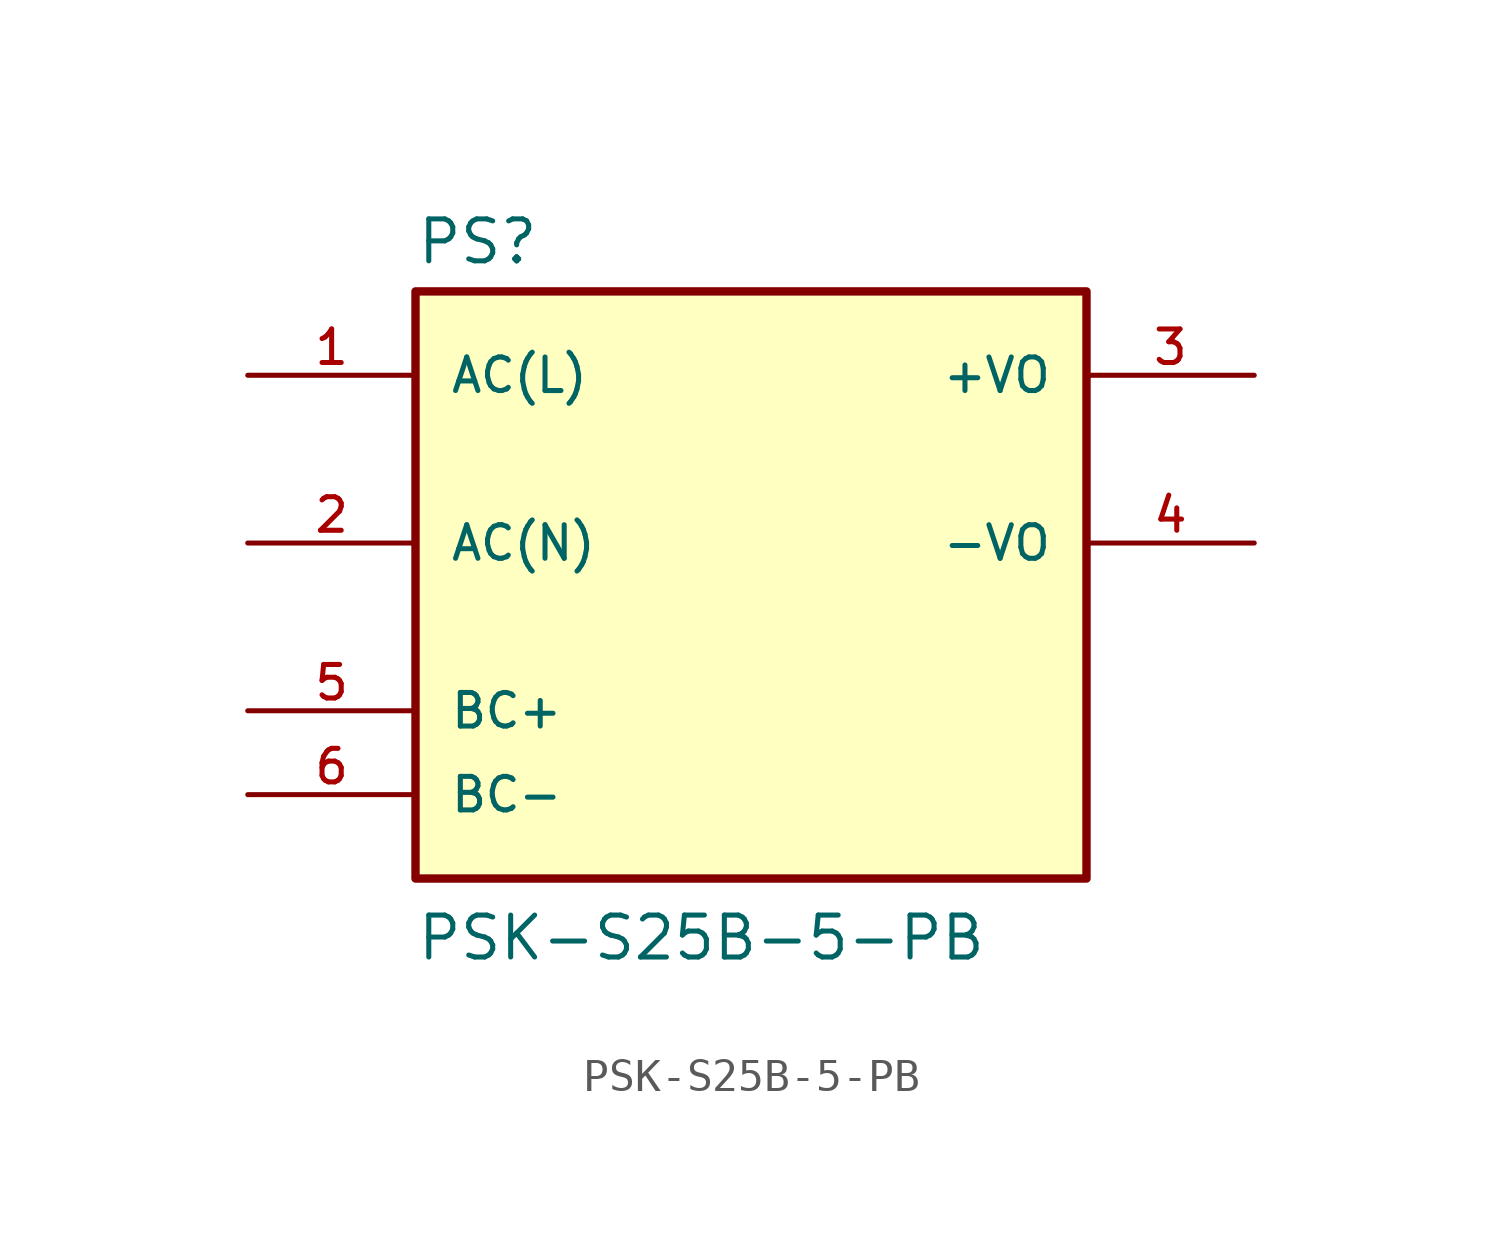
<source format=kicad_sym>
(kicad_symbol_lib
  (version 20211014)
  (generator kicad_symbol_editor)
  (symbol "PSK-S25B-5-PB"
    (pin_names
      (offset 1.016))
    (property "Reference" "PS"
      (at -10.16 8.382 0)
      (effects (font (size 1.27 1.27)) (justify bottom left)))
    (property "Value" "PSK-S25B-5-PB"
      (at -10.16 -12.7 0)
      (effects (font (size 1.27 1.27)) (justify bottom left)))
    (symbol "PSK-S25B-5-PB_0_0"
      (rectangle (start -10.16 -10.16) (end 10.16 7.62) (stroke (width 0.254)) (fill (type background)))
      (pin input line (at -15.24 5.08 0) (length 5.08) (name "AC(L)" (effects (font (size 1.016 1.016)))) (number "1" (effects (font (size 1.016 1.016)))))
      (pin input line (at -15.24 0.0 0) (length 5.08) (name "AC(N)" (effects (font (size 1.016 1.016)))) (number "2" (effects (font (size 1.016 1.016)))))
      (pin output line (at 15.24 5.08 180.0) (length 5.08) (name "+VO" (effects (font (size 1.016 1.016)))) (number "3" (effects (font (size 1.016 1.016)))))
      (pin output line (at 15.24 0.0 180.0) (length 5.08) (name "-VO" (effects (font (size 1.016 1.016)))) (number "4" (effects (font (size 1.016 1.016)))))
      (pin passive line (at -15.24 -5.08 0) (length 5.08) (name "BC+" (effects (font (size 1.016 1.016)))) (number "5" (effects (font (size 1.016 1.016)))))
      (pin passive line (at -15.24 -7.62 0) (length 5.08) (name "BC-" (effects (font (size 1.016 1.016)))) (number "6" (effects (font (size 1.016 1.016))))))))
</source>
